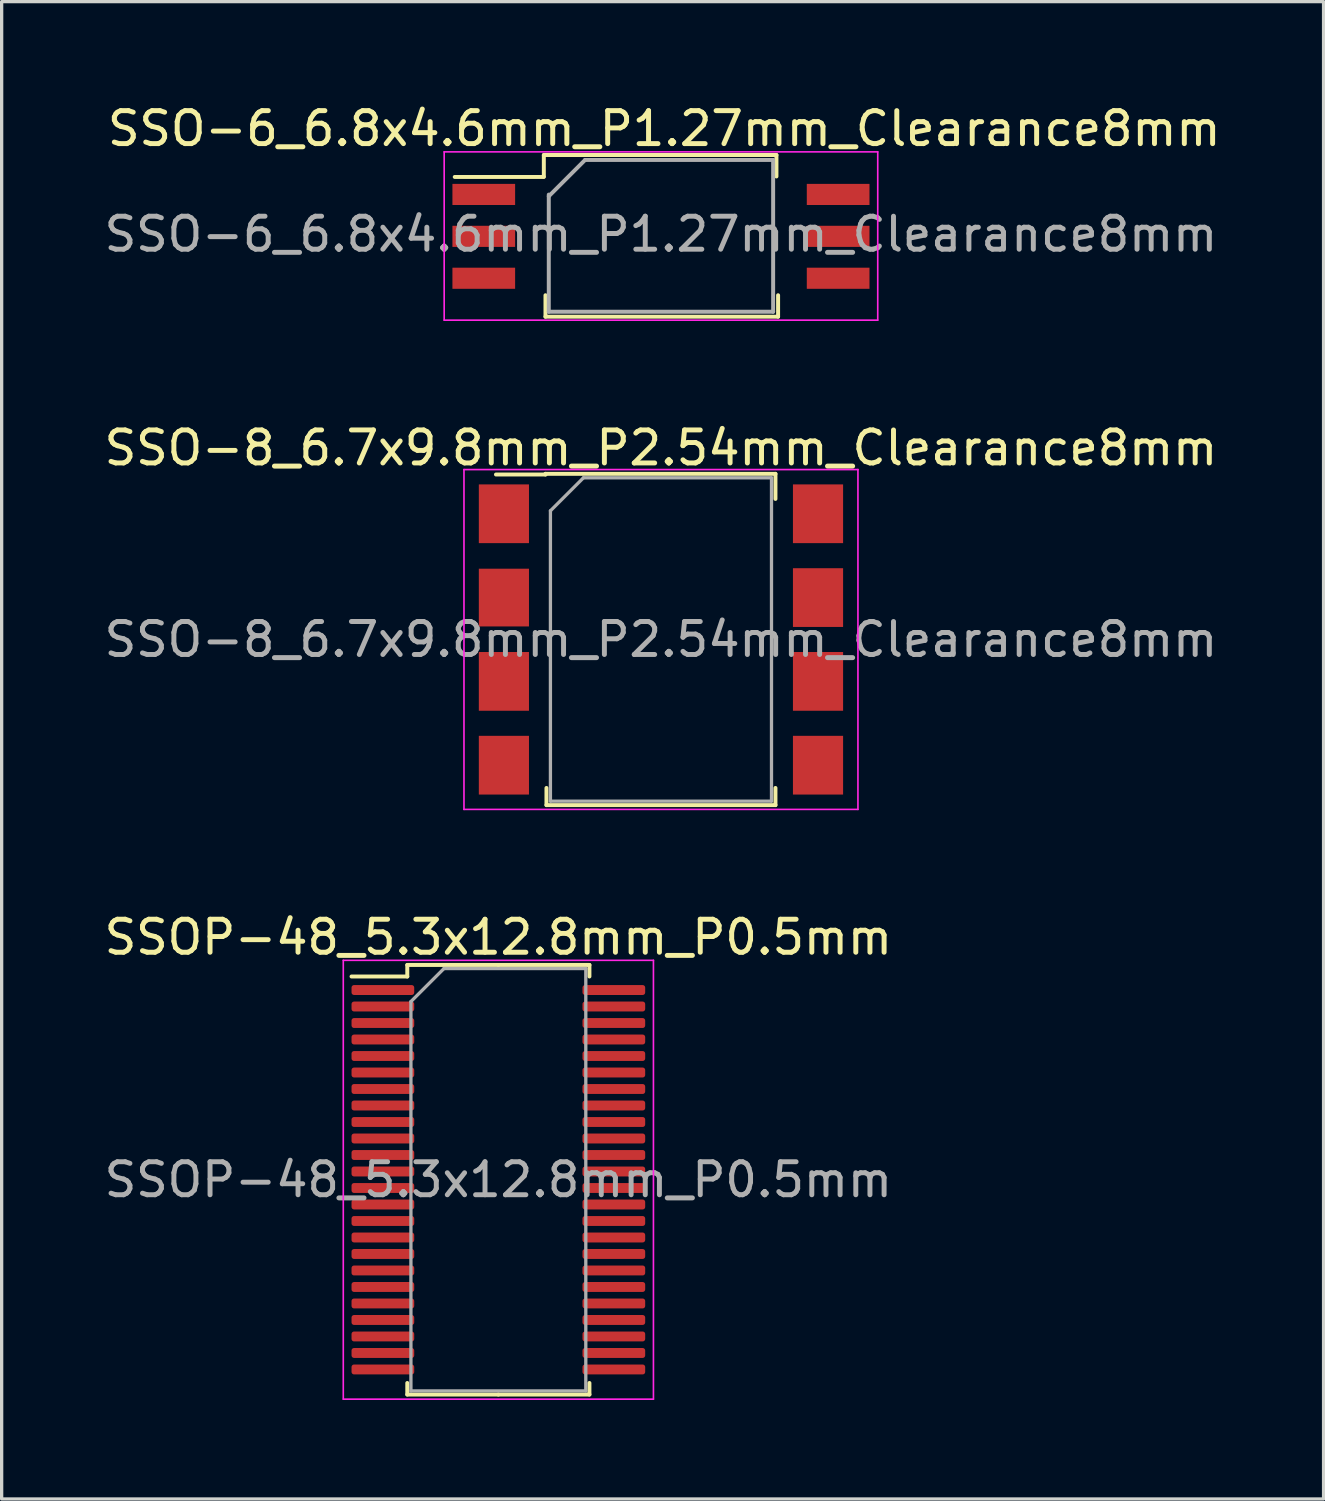
<source format=kicad_pcb>
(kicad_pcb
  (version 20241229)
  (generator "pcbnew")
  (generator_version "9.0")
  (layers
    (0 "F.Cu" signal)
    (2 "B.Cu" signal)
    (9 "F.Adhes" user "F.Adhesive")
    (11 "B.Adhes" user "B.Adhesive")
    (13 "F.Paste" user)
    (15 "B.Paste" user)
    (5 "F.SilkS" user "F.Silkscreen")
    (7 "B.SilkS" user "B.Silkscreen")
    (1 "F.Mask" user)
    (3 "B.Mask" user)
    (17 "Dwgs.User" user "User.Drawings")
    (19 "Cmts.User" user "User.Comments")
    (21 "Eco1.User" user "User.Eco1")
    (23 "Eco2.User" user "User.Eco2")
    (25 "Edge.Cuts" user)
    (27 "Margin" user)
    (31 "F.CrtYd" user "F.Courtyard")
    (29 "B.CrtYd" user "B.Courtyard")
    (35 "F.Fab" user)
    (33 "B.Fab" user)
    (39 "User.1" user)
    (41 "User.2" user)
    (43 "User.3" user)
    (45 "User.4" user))
  (footprint "SSOP-48_5.3x12.8mm_P0.5mm"
    (layer "F.Cu")
    (at 12.054 32.705)
    (property "Reference" "SSOP-48_5.3x12.8mm_P0.5mm" (at 0 -7.35 0) (layer "F.SilkS") (effects (font (size 1 1) (thickness 0.15))))
    (attr smd)
    (fp_line (start -2.76 -6.51) (end -2.76 -6.16) (stroke (width 0.12) (type solid)) (layer "F.SilkS"))
    (fp_line (start -2.76 -6.16) (end -4.45 -6.16) (stroke (width 0.12) (type solid)) (layer "F.SilkS"))
    (fp_line (start -2.76 6.51) (end -2.76 6.16) (stroke (width 0.12) (type solid)) (layer "F.SilkS"))
    (fp_line (start 0 -6.51) (end -2.76 -6.51) (stroke (width 0.12) (type solid)) (layer "F.SilkS"))
    (fp_line (start 0 -6.51) (end 2.76 -6.51) (stroke (width 0.12) (type solid)) (layer "F.SilkS"))
    (fp_line (start 0 6.51) (end -2.76 6.51) (stroke (width 0.12) (type solid)) (layer "F.SilkS"))
    (fp_line (start 0 6.51) (end 2.76 6.51) (stroke (width 0.12) (type solid)) (layer "F.SilkS"))
    (fp_line (start 2.76 -6.51) (end 2.76 -6.16) (stroke (width 0.12) (type solid)) (layer "F.SilkS"))
    (fp_line (start 2.76 6.51) (end 2.76 6.16) (stroke (width 0.12) (type solid)) (layer "F.SilkS"))
    (fp_line (start -4.7 -6.65) (end -4.7 6.65) (stroke (width 0.05) (type solid)) (layer "F.CrtYd"))
    (fp_line (start -4.7 6.65) (end 4.7 6.65) (stroke (width 0.05) (type solid)) (layer "F.CrtYd"))
    (fp_line (start 4.7 -6.65) (end -4.7 -6.65) (stroke (width 0.05) (type solid)) (layer "F.CrtYd"))
    (fp_line (start 4.7 6.65) (end 4.7 -6.65) (stroke (width 0.05) (type solid)) (layer "F.CrtYd"))
    (fp_line (start -2.65 -5.4) (end -1.65 -6.4) (stroke (width 0.1) (type solid)) (layer "F.Fab"))
    (fp_line (start -2.65 6.4) (end -2.65 -5.4) (stroke (width 0.1) (type solid)) (layer "F.Fab"))
    (fp_line (start -1.65 -6.4) (end 2.65 -6.4) (stroke (width 0.1) (type solid)) (layer "F.Fab"))
    (fp_line (start 2.65 -6.4) (end 2.65 6.4) (stroke (width 0.1) (type solid)) (layer "F.Fab"))
    (fp_line (start 2.65 6.4) (end -2.65 6.4) (stroke (width 0.1) (type solid)) (layer "F.Fab"))
    (fp_text user "${REFERENCE}" (at 0 0 0) (layer "F.Fab") (effects (font (size 1 1) (thickness 0.15))))
    (pad "1" smd roundrect (at -3.5 -5.75) (size 1.9 0.3) (layers "F.Cu" "F.Mask" "F.Paste") (roundrect_rratio 0.25))
    (pad "2" smd roundrect (at -3.5 -5.25) (size 1.9 0.3) (layers "F.Cu" "F.Mask" "F.Paste") (roundrect_rratio 0.25))
    (pad "3" smd roundrect (at -3.5 -4.75) (size 1.9 0.3) (layers "F.Cu" "F.Mask" "F.Paste") (roundrect_rratio 0.25))
    (pad "4" smd roundrect (at -3.5 -4.25) (size 1.9 0.3) (layers "F.Cu" "F.Mask" "F.Paste") (roundrect_rratio 0.25))
    (pad "5" smd roundrect (at -3.5 -3.75) (size 1.9 0.3) (layers "F.Cu" "F.Mask" "F.Paste") (roundrect_rratio 0.25))
    (pad "6" smd roundrect (at -3.5 -3.25) (size 1.9 0.3) (layers "F.Cu" "F.Mask" "F.Paste") (roundrect_rratio 0.25))
    (pad "7" smd roundrect (at -3.5 -2.75) (size 1.9 0.3) (layers "F.Cu" "F.Mask" "F.Paste") (roundrect_rratio 0.25))
    (pad "8" smd roundrect (at -3.5 -2.25) (size 1.9 0.3) (layers "F.Cu" "F.Mask" "F.Paste") (roundrect_rratio 0.25))
    (pad "9" smd roundrect (at -3.5 -1.75) (size 1.9 0.3) (layers "F.Cu" "F.Mask" "F.Paste") (roundrect_rratio 0.25))
    (pad "10" smd roundrect (at -3.5 -1.25) (size 1.9 0.3) (layers "F.Cu" "F.Mask" "F.Paste") (roundrect_rratio 0.25))
    (pad "11" smd roundrect (at -3.5 -0.75) (size 1.9 0.3) (layers "F.Cu" "F.Mask" "F.Paste") (roundrect_rratio 0.25))
    (pad "12" smd roundrect (at -3.5 -0.25) (size 1.9 0.3) (layers "F.Cu" "F.Mask" "F.Paste") (roundrect_rratio 0.25))
    (pad "13" smd roundrect (at -3.5 0.25) (size 1.9 0.3) (layers "F.Cu" "F.Mask" "F.Paste") (roundrect_rratio 0.25))
    (pad "14" smd roundrect (at -3.5 0.75) (size 1.9 0.3) (layers "F.Cu" "F.Mask" "F.Paste") (roundrect_rratio 0.25))
    (pad "15" smd roundrect (at -3.5 1.25) (size 1.9 0.3) (layers "F.Cu" "F.Mask" "F.Paste") (roundrect_rratio 0.25))
    (pad "16" smd roundrect (at -3.5 1.75) (size 1.9 0.3) (layers "F.Cu" "F.Mask" "F.Paste") (roundrect_rratio 0.25))
    (pad "17" smd roundrect (at -3.5 2.25) (size 1.9 0.3) (layers "F.Cu" "F.Mask" "F.Paste") (roundrect_rratio 0.25))
    (pad "18" smd roundrect (at -3.5 2.75) (size 1.9 0.3) (layers "F.Cu" "F.Mask" "F.Paste") (roundrect_rratio 0.25))
    (pad "19" smd roundrect (at -3.5 3.25) (size 1.9 0.3) (layers "F.Cu" "F.Mask" "F.Paste") (roundrect_rratio 0.25))
    (pad "20" smd roundrect (at -3.5 3.75) (size 1.9 0.3) (layers "F.Cu" "F.Mask" "F.Paste") (roundrect_rratio 0.25))
    (pad "21" smd roundrect (at -3.5 4.25) (size 1.9 0.3) (layers "F.Cu" "F.Mask" "F.Paste") (roundrect_rratio 0.25))
    (pad "22" smd roundrect (at -3.5 4.75) (size 1.9 0.3) (layers "F.Cu" "F.Mask" "F.Paste") (roundrect_rratio 0.25))
    (pad "23" smd roundrect (at -3.5 5.25) (size 1.9 0.3) (layers "F.Cu" "F.Mask" "F.Paste") (roundrect_rratio 0.25))
    (pad "24" smd roundrect (at -3.5 5.75) (size 1.9 0.3) (layers "F.Cu" "F.Mask" "F.Paste") (roundrect_rratio 0.25))
    (pad "25" smd roundrect (at 3.5 5.75) (size 1.9 0.3) (layers "F.Cu" "F.Mask" "F.Paste") (roundrect_rratio 0.25))
    (pad "26" smd roundrect (at 3.5 5.25) (size 1.9 0.3) (layers "F.Cu" "F.Mask" "F.Paste") (roundrect_rratio 0.25))
    (pad "27" smd roundrect (at 3.5 4.75) (size 1.9 0.3) (layers "F.Cu" "F.Mask" "F.Paste") (roundrect_rratio 0.25))
    (pad "28" smd roundrect (at 3.5 4.25) (size 1.9 0.3) (layers "F.Cu" "F.Mask" "F.Paste") (roundrect_rratio 0.25))
    (pad "29" smd roundrect (at 3.5 3.75) (size 1.9 0.3) (layers "F.Cu" "F.Mask" "F.Paste") (roundrect_rratio 0.25))
    (pad "30" smd roundrect (at 3.5 3.25) (size 1.9 0.3) (layers "F.Cu" "F.Mask" "F.Paste") (roundrect_rratio 0.25))
    (pad "31" smd roundrect (at 3.5 2.75) (size 1.9 0.3) (layers "F.Cu" "F.Mask" "F.Paste") (roundrect_rratio 0.25))
    (pad "32" smd roundrect (at 3.5 2.25) (size 1.9 0.3) (layers "F.Cu" "F.Mask" "F.Paste") (roundrect_rratio 0.25))
    (pad "33" smd roundrect (at 3.5 1.75) (size 1.9 0.3) (layers "F.Cu" "F.Mask" "F.Paste") (roundrect_rratio 0.25))
    (pad "34" smd roundrect (at 3.5 1.25) (size 1.9 0.3) (layers "F.Cu" "F.Mask" "F.Paste") (roundrect_rratio 0.25))
    (pad "35" smd roundrect (at 3.5 0.75) (size 1.9 0.3) (layers "F.Cu" "F.Mask" "F.Paste") (roundrect_rratio 0.25))
    (pad "36" smd roundrect (at 3.5 0.25) (size 1.9 0.3) (layers "F.Cu" "F.Mask" "F.Paste") (roundrect_rratio 0.25))
    (pad "37" smd roundrect (at 3.5 -0.25) (size 1.9 0.3) (layers "F.Cu" "F.Mask" "F.Paste") (roundrect_rratio 0.25))
    (pad "38" smd roundrect (at 3.5 -0.75) (size 1.9 0.3) (layers "F.Cu" "F.Mask" "F.Paste") (roundrect_rratio 0.25))
    (pad "39" smd roundrect (at 3.5 -1.25) (size 1.9 0.3) (layers "F.Cu" "F.Mask" "F.Paste") (roundrect_rratio 0.25))
    (pad "40" smd roundrect (at 3.5 -1.75) (size 1.9 0.3) (layers "F.Cu" "F.Mask" "F.Paste") (roundrect_rratio 0.25))
    (pad "41" smd roundrect (at 3.5 -2.25) (size 1.9 0.3) (layers "F.Cu" "F.Mask" "F.Paste") (roundrect_rratio 0.25))
    (pad "42" smd roundrect (at 3.5 -2.75) (size 1.9 0.3) (layers "F.Cu" "F.Mask" "F.Paste") (roundrect_rratio 0.25))
    (pad "43" smd roundrect (at 3.5 -3.25) (size 1.9 0.3) (layers "F.Cu" "F.Mask" "F.Paste") (roundrect_rratio 0.25))
    (pad "44" smd roundrect (at 3.5 -3.75) (size 1.9 0.3) (layers "F.Cu" "F.Mask" "F.Paste") (roundrect_rratio 0.25))
    (pad "45" smd roundrect (at 3.5 -4.25) (size 1.9 0.3) (layers "F.Cu" "F.Mask" "F.Paste") (roundrect_rratio 0.25))
    (pad "46" smd roundrect (at 3.5 -4.75) (size 1.9 0.3) (layers "F.Cu" "F.Mask" "F.Paste") (roundrect_rratio 0.25))
    (pad "47" smd roundrect (at 3.5 -5.25) (size 1.9 0.3) (layers "F.Cu" "F.Mask" "F.Paste") (roundrect_rratio 0.25))
    (pad "48" smd roundrect (at 3.5 -5.75) (size 1.9 0.3) (layers "F.Cu" "F.Mask" "F.Paste") (roundrect_rratio 0.25)))
  (footprint "SSO-6_6.8x4.6mm_P1.27mm_Clearance8mm"
    (layer "F.Cu")
    (at 16.982 4.113)
    (property "Reference" "SSO-6_6.8x4.6mm_P1.27mm_Clearance8mm" (at 0.1 -3.265 0) (layer "F.SilkS") (effects (font (size 1 1) (thickness 0.15))))
    (attr smd)
    (fp_line (start -3.55 -2.465) (end -3.55 -1.815) (stroke (width 0.12) (type solid)) (layer "F.SilkS"))
    (fp_line (start -3.55 -1.8) (end -6.25 -1.8) (stroke (width 0.12) (type solid)) (layer "F.SilkS"))
    (fp_line (start -3.5 1.785) (end -3.5 2.435) (stroke (width 0.12) (type solid)) (layer "F.SilkS"))
    (fp_line (start -3.5 2.435) (end 3.55 2.435) (stroke (width 0.12) (type solid)) (layer "F.SilkS"))
    (fp_line (start 3.5 -2.465) (end -3.55 -2.465) (stroke (width 0.12) (type solid)) (layer "F.SilkS"))
    (fp_line (start 3.5 -2.465) (end 3.5 -1.815) (stroke (width 0.12) (type solid)) (layer "F.SilkS"))
    (fp_line (start 3.55 1.785) (end 3.55 2.435) (stroke (width 0.12) (type solid)) (layer "F.SilkS"))
    (fp_line (start -6.57 -2.56) (end -6.57 2.54) (stroke (width 0.05) (type solid)) (layer "F.CrtYd"))
    (fp_line (start -6.57 -2.56) (end 6.57 -2.56) (stroke (width 0.05) (type solid)) (layer "F.CrtYd"))
    (fp_line (start 6.57 2.54) (end -6.57 2.54) (stroke (width 0.05) (type solid)) (layer "F.CrtYd"))
    (fp_line (start 6.57 2.54) (end 6.57 -2.56) (stroke (width 0.05) (type solid)) (layer "F.CrtYd"))
    (fp_line (start -3.4 2.285) (end -3.4 -1.265) (stroke (width 0.12) (type solid)) (layer "F.Fab"))
    (fp_line (start -2.3 -2.315) (end -3.4 -1.215) (stroke (width 0.12) (type solid)) (layer "F.Fab"))
    (fp_line (start 3.4 -2.315) (end -2.3 -2.315) (stroke (width 0.12) (type solid)) (layer "F.Fab"))
    (fp_line (start 3.4 -2.315) (end 3.4 2.285) (stroke (width 0.12) (type solid)) (layer "F.Fab"))
    (fp_line (start 3.4 2.285) (end -3.4 2.285) (stroke (width 0.12) (type solid)) (layer "F.Fab"))
    (fp_text user "${REFERENCE}" (at 0 -0.065 0) (layer "F.Fab") (effects (font (size 1 1) (thickness 0.15))))
    (pad "1" smd rect (at -5.37 -1.27) (size 1.9 0.64) (layers "F.Cu" "F.Mask" "F.Paste"))
    (pad "2" smd rect (at -5.37 0) (size 1.9 0.64) (layers "F.Cu" "F.Mask" "F.Paste"))
    (pad "3" smd rect (at -5.37 1.27) (size 1.9 0.64) (layers "F.Cu" "F.Mask" "F.Paste"))
    (pad "4" smd rect (at 5.37 1.27) (size 1.9 0.64) (layers "F.Cu" "F.Mask" "F.Paste"))
    (pad "5" smd rect (at 5.37 0) (size 1.9 0.64) (layers "F.Cu" "F.Mask" "F.Paste"))
    (pad "6" smd rect (at 5.37 -1.27) (size 1.9 0.64) (layers "F.Cu" "F.Mask" "F.Paste")))
  (footprint "SSO-8_6.7x9.8mm_P2.54mm_Clearance8mm"
    (layer "F.Cu")
    (at 16.982 16.331)
    (property "Reference" "SSO-8_6.7x9.8mm_P2.54mm_Clearance8mm" (at 0 -5.805 0) (layer "F.SilkS") (effects (font (size 1 1) (thickness 0.15))))
    (attr smd)
    (fp_line (start -3.5 -5.02) (end -3.5 -5) (stroke (width 0.12) (type solid)) (layer "F.SilkS"))
    (fp_line (start -3.5 -5) (end -5 -5) (stroke (width 0.12) (type solid)) (layer "F.SilkS"))
    (fp_line (start -3.47 4.5) (end -3.47 5.02) (stroke (width 0.12) (type solid)) (layer "F.SilkS"))
    (fp_line (start -3.47 5.02) (end 3.47 5.02) (stroke (width 0.12) (type solid)) (layer "F.SilkS"))
    (fp_line (start 3.47 -5.02) (end -3.5 -5.02) (stroke (width 0.12) (type solid)) (layer "F.SilkS"))
    (fp_line (start 3.47 -4.26) (end 3.47 -5.02) (stroke (width 0.12) (type solid)) (layer "F.SilkS"))
    (fp_line (start 3.47 5.02) (end 3.47 4.5) (stroke (width 0.12) (type solid)) (layer "F.SilkS"))
    (fp_line (start -5.97 -5.15) (end -5.97 5.15) (stroke (width 0.05) (type solid)) (layer "F.CrtYd"))
    (fp_line (start -5.97 -5.15) (end 5.97 -5.15) (stroke (width 0.05) (type solid)) (layer "F.CrtYd"))
    (fp_line (start 5.97 5.15) (end -5.97 5.15) (stroke (width 0.05) (type solid)) (layer "F.CrtYd"))
    (fp_line (start 5.97 5.15) (end 5.97 -5.15) (stroke (width 0.05) (type solid)) (layer "F.CrtYd"))
    (fp_line (start -3.35 -3.9) (end -3.35 4.9) (stroke (width 0.1) (type solid)) (layer "F.Fab"))
    (fp_line (start -3.35 4.9) (end 3.35 4.9) (stroke (width 0.1) (type solid)) (layer "F.Fab"))
    (fp_line (start -2.35 -4.9) (end -3.35 -3.9) (stroke (width 0.1) (type solid)) (layer "F.Fab"))
    (fp_line (start 3.35 -4.9) (end -2.35 -4.9) (stroke (width 0.1) (type solid)) (layer "F.Fab"))
    (fp_line (start 3.35 4.9) (end 3.35 -4.9) (stroke (width 0.1) (type solid)) (layer "F.Fab"))
    (fp_text user "${REFERENCE}" (at 0 0 0) (layer "F.Fab") (effects (font (size 1 1) (thickness 0.15))))
    (pad "1" smd rect (at -4.76 -3.81) (size 1.52 1.78) (layers "F.Cu" "F.Mask" "F.Paste"))
    (pad "2" smd rect (at -4.76 -1.27) (size 1.52 1.75) (layers "F.Cu" "F.Mask" "F.Paste"))
    (pad "3" smd rect (at -4.76 1.27) (size 1.52 1.78) (layers "F.Cu" "F.Mask" "F.Paste"))
    (pad "4" smd rect (at -4.76 3.81) (size 1.52 1.78) (layers "F.Cu" "F.Mask" "F.Paste"))
    (pad "5" smd rect (at 4.76 3.81) (size 1.52 1.78) (layers "F.Cu" "F.Mask" "F.Paste"))
    (pad "6" smd rect (at 4.76 1.27) (size 1.52 1.78) (layers "F.Cu" "F.Mask" "F.Paste"))
    (pad "7" smd rect (at 4.76 -1.27) (size 1.52 1.78) (layers "F.Cu" "F.Mask" "F.Paste"))
    (pad "8" smd rect (at 4.76 -3.81) (size 1.52 1.78) (layers "F.Cu" "F.Mask" "F.Paste")))
  (gr_rect
    (start -3 -3)
    (end 37.064 42.38)
    (stroke (width 0.1) (type default))
    (fill no)
    (layer "Edge.Cuts")))
</source>
